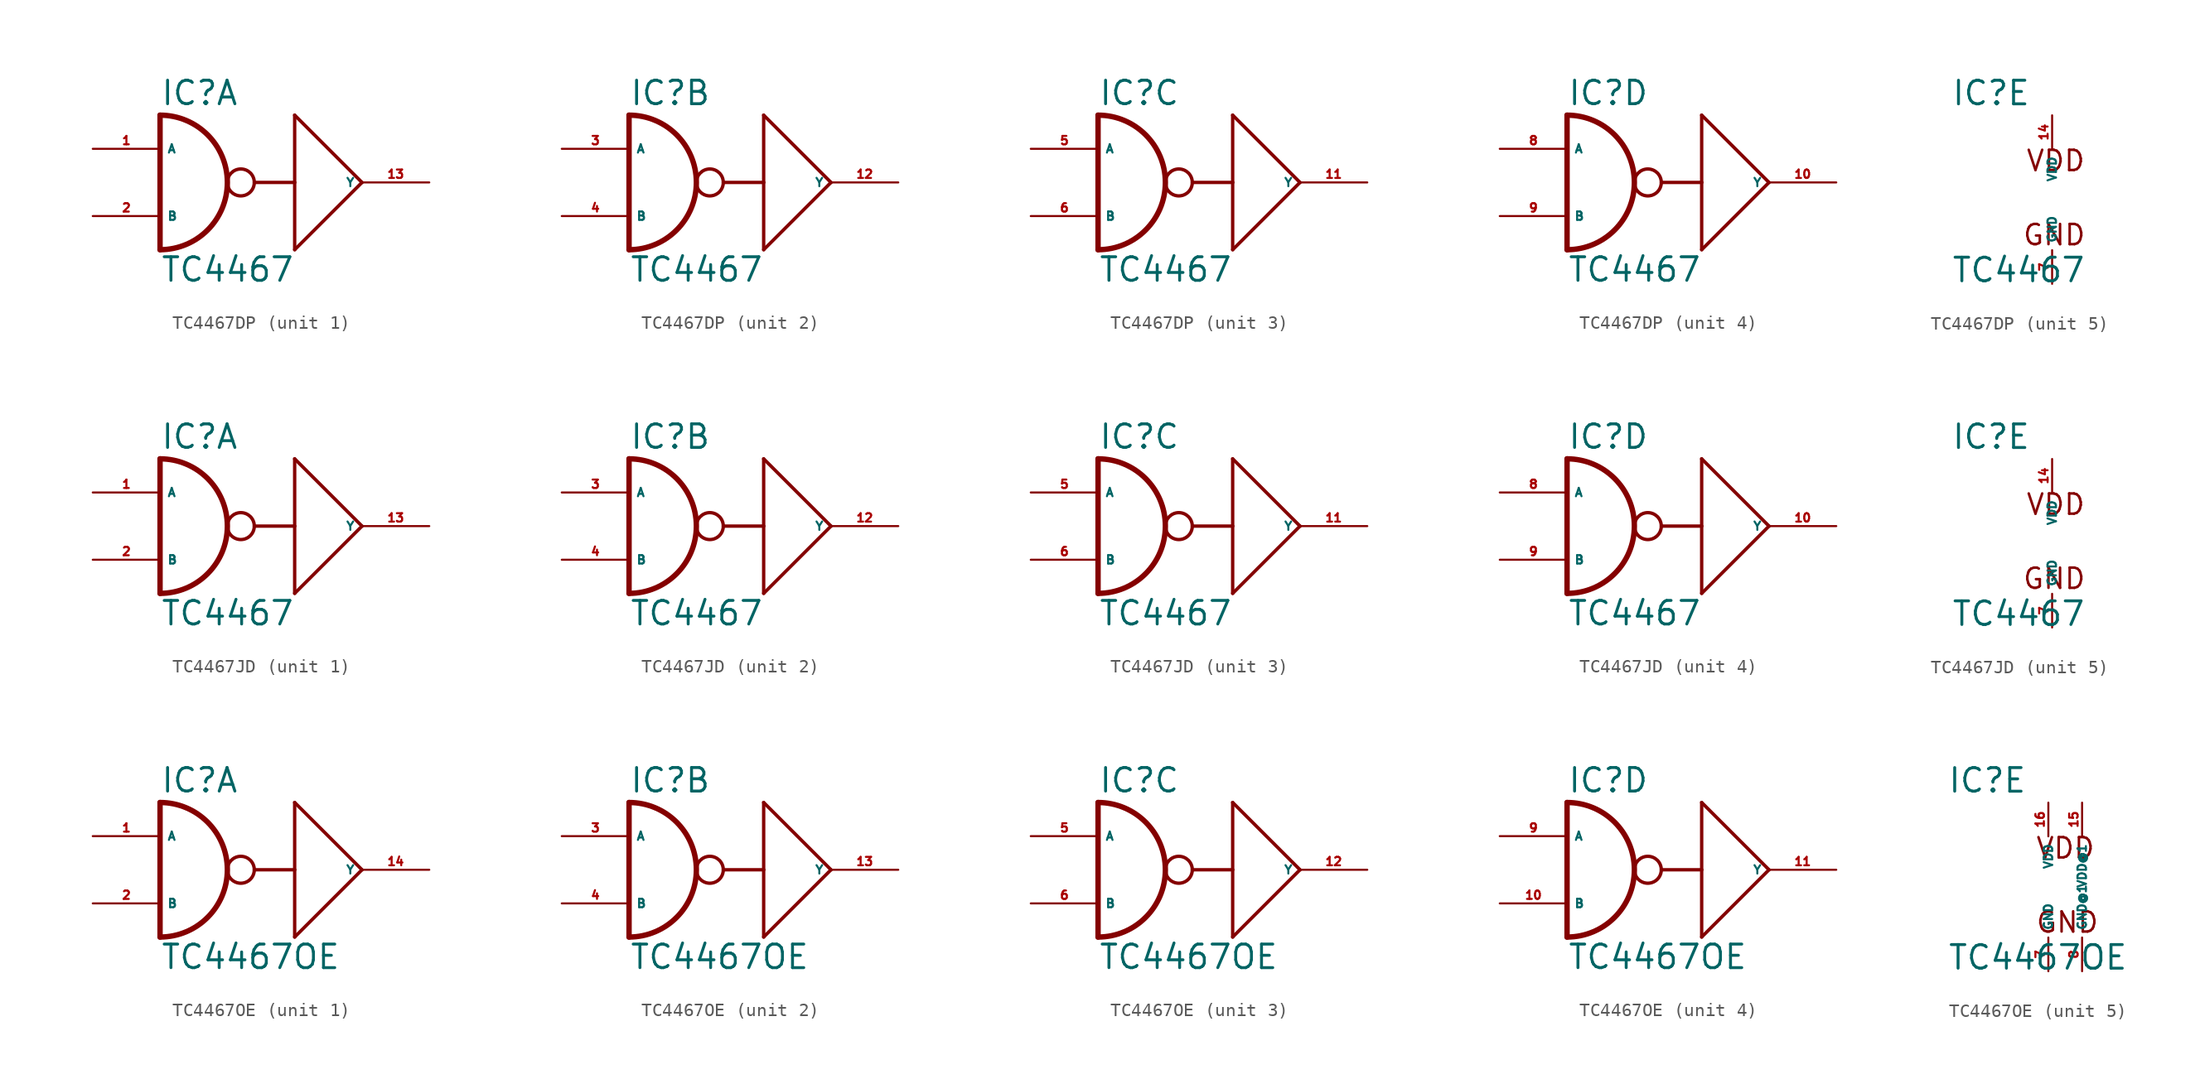
<source format=kicad_sym>
(kicad_symbol_lib
  (version 20220914)
  (generator Eagle2Kicad)
  (symbol "TC4467DP"
    (property "Reference" "IC"
      (at -7.62 5.715 0)
      (effects (font (size 1.778 1.778) (thickness 0.22)) (justify left bottom)))
    (property "Value" "TC4467"
      (at -7.62 -7.62 0)
      (effects (font (size 1.778 1.778) (thickness 0.22)) (justify left bottom)))
    (symbol "TC4467DP_1_0"
      (arc (start -7.62 -5.08) (mid -2.540 0.000) (end -7.62 5.08) (stroke (width 0.4064) (type default)) (fill (type none)))
      (polyline (pts (xy -7.62 5.08) (xy -7.62 -5.08)) (stroke (width 0.406) (type default)) (fill (type none)))
      (polyline (pts (xy 7.62 0) (xy 2.54 5.08)) (stroke (width 0.254) (type default)) (fill (type none)))
      (polyline (pts (xy 2.54 5.08) (xy 2.54 0)) (stroke (width 0.254) (type default)) (fill (type none)))
      (polyline (pts (xy 2.54 0) (xy 2.54 -5.08)) (stroke (width 0.254) (type default)) (fill (type none)))
      (polyline (pts (xy 2.54 -5.08) (xy 7.62 0)) (stroke (width 0.254) (type default)) (fill (type none)))
      (polyline (pts (xy -0.508 0) (xy 2.54 0)) (stroke (width 0.254) (type default)) (fill (type none)))
      (circle (center -1.524 0) (radius 1.016) (stroke (width 0.254) (type default)) (fill (type none)))
      (pin input line (at -12.7 2.54 0) (length 5.08) (name "A" (effects (font (size 0.635 0.635) (thickness 0.08)) (justify left bottom))) (number "1" (effects (font (size 0.635 0.635) (thickness 0.08)) (justify left bottom))))
      (pin input line (at -12.7 -2.54 0) (length 5.08) (name "B" (effects (font (size 0.635 0.635) (thickness 0.08)) (justify left bottom))) (number "2" (effects (font (size 0.635 0.635) (thickness 0.08)) (justify left bottom))))
      (pin output line (at 12.7 0 180) (length 5.08) (name "Y" (effects (font (size 0.635 0.635) (thickness 0.08)) (justify left bottom))) (number "13" (effects (font (size 0.635 0.635) (thickness 0.08)) (justify left bottom)))))
    (symbol "TC4467DP_2_0"
      (arc (start -7.62 -5.08) (mid -2.540 0.000) (end -7.62 5.08) (stroke (width 0.4064) (type default)) (fill (type none)))
      (polyline (pts (xy -7.62 5.08) (xy -7.62 -5.08)) (stroke (width 0.406) (type default)) (fill (type none)))
      (polyline (pts (xy 7.62 0) (xy 2.54 5.08)) (stroke (width 0.254) (type default)) (fill (type none)))
      (polyline (pts (xy 2.54 5.08) (xy 2.54 0)) (stroke (width 0.254) (type default)) (fill (type none)))
      (polyline (pts (xy 2.54 0) (xy 2.54 -5.08)) (stroke (width 0.254) (type default)) (fill (type none)))
      (polyline (pts (xy 2.54 -5.08) (xy 7.62 0)) (stroke (width 0.254) (type default)) (fill (type none)))
      (polyline (pts (xy -0.508 0) (xy 2.54 0)) (stroke (width 0.254) (type default)) (fill (type none)))
      (circle (center -1.524 0) (radius 1.016) (stroke (width 0.254) (type default)) (fill (type none)))
      (pin input line (at -12.7 2.54 0) (length 5.08) (name "A" (effects (font (size 0.635 0.635) (thickness 0.08)) (justify left bottom))) (number "3" (effects (font (size 0.635 0.635) (thickness 0.08)) (justify left bottom))))
      (pin input line (at -12.7 -2.54 0) (length 5.08) (name "B" (effects (font (size 0.635 0.635) (thickness 0.08)) (justify left bottom))) (number "4" (effects (font (size 0.635 0.635) (thickness 0.08)) (justify left bottom))))
      (pin output line (at 12.7 0 180) (length 5.08) (name "Y" (effects (font (size 0.635 0.635) (thickness 0.08)) (justify left bottom))) (number "12" (effects (font (size 0.635 0.635) (thickness 0.08)) (justify left bottom)))))
    (symbol "TC4467DP_3_0"
      (arc (start -7.62 -5.08) (mid -2.540 0.000) (end -7.62 5.08) (stroke (width 0.4064) (type default)) (fill (type none)))
      (polyline (pts (xy -7.62 5.08) (xy -7.62 -5.08)) (stroke (width 0.406) (type default)) (fill (type none)))
      (polyline (pts (xy 7.62 0) (xy 2.54 5.08)) (stroke (width 0.254) (type default)) (fill (type none)))
      (polyline (pts (xy 2.54 5.08) (xy 2.54 0)) (stroke (width 0.254) (type default)) (fill (type none)))
      (polyline (pts (xy 2.54 0) (xy 2.54 -5.08)) (stroke (width 0.254) (type default)) (fill (type none)))
      (polyline (pts (xy 2.54 -5.08) (xy 7.62 0)) (stroke (width 0.254) (type default)) (fill (type none)))
      (polyline (pts (xy -0.508 0) (xy 2.54 0)) (stroke (width 0.254) (type default)) (fill (type none)))
      (circle (center -1.524 0) (radius 1.016) (stroke (width 0.254) (type default)) (fill (type none)))
      (pin input line (at -12.7 2.54 0) (length 5.08) (name "A" (effects (font (size 0.635 0.635) (thickness 0.08)) (justify left bottom))) (number "5" (effects (font (size 0.635 0.635) (thickness 0.08)) (justify left bottom))))
      (pin input line (at -12.7 -2.54 0) (length 5.08) (name "B" (effects (font (size 0.635 0.635) (thickness 0.08)) (justify left bottom))) (number "6" (effects (font (size 0.635 0.635) (thickness 0.08)) (justify left bottom))))
      (pin output line (at 12.7 0 180) (length 5.08) (name "Y" (effects (font (size 0.635 0.635) (thickness 0.08)) (justify left bottom))) (number "11" (effects (font (size 0.635 0.635) (thickness 0.08)) (justify left bottom)))))
    (symbol "TC4467DP_4_0"
      (arc (start -7.62 -5.08) (mid -2.540 0.000) (end -7.62 5.08) (stroke (width 0.4064) (type default)) (fill (type none)))
      (polyline (pts (xy -7.62 5.08) (xy -7.62 -5.08)) (stroke (width 0.406) (type default)) (fill (type none)))
      (polyline (pts (xy 7.62 0) (xy 2.54 5.08)) (stroke (width 0.254) (type default)) (fill (type none)))
      (polyline (pts (xy 2.54 5.08) (xy 2.54 0)) (stroke (width 0.254) (type default)) (fill (type none)))
      (polyline (pts (xy 2.54 0) (xy 2.54 -5.08)) (stroke (width 0.254) (type default)) (fill (type none)))
      (polyline (pts (xy 2.54 -5.08) (xy 7.62 0)) (stroke (width 0.254) (type default)) (fill (type none)))
      (polyline (pts (xy -0.508 0) (xy 2.54 0)) (stroke (width 0.254) (type default)) (fill (type none)))
      (circle (center -1.524 0) (radius 1.016) (stroke (width 0.254) (type default)) (fill (type none)))
      (pin input line (at -12.7 2.54 0) (length 5.08) (name "A" (effects (font (size 0.635 0.635) (thickness 0.08)) (justify left bottom))) (number "8" (effects (font (size 0.635 0.635) (thickness 0.08)) (justify left bottom))))
      (pin input line (at -12.7 -2.54 0) (length 5.08) (name "B" (effects (font (size 0.635 0.635) (thickness 0.08)) (justify left bottom))) (number "9" (effects (font (size 0.635 0.635) (thickness 0.08)) (justify left bottom))))
      (pin output line (at 12.7 0 180) (length 5.08) (name "Y" (effects (font (size 0.635 0.635) (thickness 0.08)) (justify left bottom))) (number "10" (effects (font (size 0.635 0.635) (thickness 0.08)) (justify left bottom)))))
    (symbol "TC4467DP_5_0"
      (text "VDD" (at -2.032 0.762 0) (effects (font (size 1.524 1.524) (thickness 0.19)) (justify left bottom)))
      (text "GND" (at -2.286 -4.826 0) (effects (font (size 1.524 1.524) (thickness 0.19)) (justify left bottom)))
      (pin unspecified line (at 0 5.08 270) (length 2.54) (name "VDD" (effects (font (size 0.635 0.635) (thickness 0.08)) (justify left bottom))) (number "14" (effects (font (size 0.635 0.635) (thickness 0.08)) (justify left bottom))))
      (pin unspecified line (at 0 -7.62 90) (length 2.54) (name "GND" (effects (font (size 0.635 0.635) (thickness 0.08)) (justify left bottom))) (number "7" (effects (font (size 0.635 0.635) (thickness 0.08)) (justify left bottom))))))
  (symbol "TC4467JD"
    (property "Reference" "IC"
      (at -7.62 5.715 0)
      (effects (font (size 1.778 1.778) (thickness 0.22)) (justify left bottom)))
    (property "Value" "TC4467"
      (at -7.62 -7.62 0)
      (effects (font (size 1.778 1.778) (thickness 0.22)) (justify left bottom)))
    (symbol "TC4467JD_1_0"
      (arc (start -7.62 -5.08) (mid -2.540 0.000) (end -7.62 5.08) (stroke (width 0.4064) (type default)) (fill (type none)))
      (polyline (pts (xy -7.62 5.08) (xy -7.62 -5.08)) (stroke (width 0.406) (type default)) (fill (type none)))
      (polyline (pts (xy 7.62 0) (xy 2.54 5.08)) (stroke (width 0.254) (type default)) (fill (type none)))
      (polyline (pts (xy 2.54 5.08) (xy 2.54 0)) (stroke (width 0.254) (type default)) (fill (type none)))
      (polyline (pts (xy 2.54 0) (xy 2.54 -5.08)) (stroke (width 0.254) (type default)) (fill (type none)))
      (polyline (pts (xy 2.54 -5.08) (xy 7.62 0)) (stroke (width 0.254) (type default)) (fill (type none)))
      (polyline (pts (xy -0.508 0) (xy 2.54 0)) (stroke (width 0.254) (type default)) (fill (type none)))
      (circle (center -1.524 0) (radius 1.016) (stroke (width 0.254) (type default)) (fill (type none)))
      (pin input line (at -12.7 2.54 0) (length 5.08) (name "A" (effects (font (size 0.635 0.635) (thickness 0.08)) (justify left bottom))) (number "1" (effects (font (size 0.635 0.635) (thickness 0.08)) (justify left bottom))))
      (pin input line (at -12.7 -2.54 0) (length 5.08) (name "B" (effects (font (size 0.635 0.635) (thickness 0.08)) (justify left bottom))) (number "2" (effects (font (size 0.635 0.635) (thickness 0.08)) (justify left bottom))))
      (pin output line (at 12.7 0 180) (length 5.08) (name "Y" (effects (font (size 0.635 0.635) (thickness 0.08)) (justify left bottom))) (number "13" (effects (font (size 0.635 0.635) (thickness 0.08)) (justify left bottom)))))
    (symbol "TC4467JD_2_0"
      (arc (start -7.62 -5.08) (mid -2.540 0.000) (end -7.62 5.08) (stroke (width 0.4064) (type default)) (fill (type none)))
      (polyline (pts (xy -7.62 5.08) (xy -7.62 -5.08)) (stroke (width 0.406) (type default)) (fill (type none)))
      (polyline (pts (xy 7.62 0) (xy 2.54 5.08)) (stroke (width 0.254) (type default)) (fill (type none)))
      (polyline (pts (xy 2.54 5.08) (xy 2.54 0)) (stroke (width 0.254) (type default)) (fill (type none)))
      (polyline (pts (xy 2.54 0) (xy 2.54 -5.08)) (stroke (width 0.254) (type default)) (fill (type none)))
      (polyline (pts (xy 2.54 -5.08) (xy 7.62 0)) (stroke (width 0.254) (type default)) (fill (type none)))
      (polyline (pts (xy -0.508 0) (xy 2.54 0)) (stroke (width 0.254) (type default)) (fill (type none)))
      (circle (center -1.524 0) (radius 1.016) (stroke (width 0.254) (type default)) (fill (type none)))
      (pin input line (at -12.7 2.54 0) (length 5.08) (name "A" (effects (font (size 0.635 0.635) (thickness 0.08)) (justify left bottom))) (number "3" (effects (font (size 0.635 0.635) (thickness 0.08)) (justify left bottom))))
      (pin input line (at -12.7 -2.54 0) (length 5.08) (name "B" (effects (font (size 0.635 0.635) (thickness 0.08)) (justify left bottom))) (number "4" (effects (font (size 0.635 0.635) (thickness 0.08)) (justify left bottom))))
      (pin output line (at 12.7 0 180) (length 5.08) (name "Y" (effects (font (size 0.635 0.635) (thickness 0.08)) (justify left bottom))) (number "12" (effects (font (size 0.635 0.635) (thickness 0.08)) (justify left bottom)))))
    (symbol "TC4467JD_3_0"
      (arc (start -7.62 -5.08) (mid -2.540 0.000) (end -7.62 5.08) (stroke (width 0.4064) (type default)) (fill (type none)))
      (polyline (pts (xy -7.62 5.08) (xy -7.62 -5.08)) (stroke (width 0.406) (type default)) (fill (type none)))
      (polyline (pts (xy 7.62 0) (xy 2.54 5.08)) (stroke (width 0.254) (type default)) (fill (type none)))
      (polyline (pts (xy 2.54 5.08) (xy 2.54 0)) (stroke (width 0.254) (type default)) (fill (type none)))
      (polyline (pts (xy 2.54 0) (xy 2.54 -5.08)) (stroke (width 0.254) (type default)) (fill (type none)))
      (polyline (pts (xy 2.54 -5.08) (xy 7.62 0)) (stroke (width 0.254) (type default)) (fill (type none)))
      (polyline (pts (xy -0.508 0) (xy 2.54 0)) (stroke (width 0.254) (type default)) (fill (type none)))
      (circle (center -1.524 0) (radius 1.016) (stroke (width 0.254) (type default)) (fill (type none)))
      (pin input line (at -12.7 2.54 0) (length 5.08) (name "A" (effects (font (size 0.635 0.635) (thickness 0.08)) (justify left bottom))) (number "5" (effects (font (size 0.635 0.635) (thickness 0.08)) (justify left bottom))))
      (pin input line (at -12.7 -2.54 0) (length 5.08) (name "B" (effects (font (size 0.635 0.635) (thickness 0.08)) (justify left bottom))) (number "6" (effects (font (size 0.635 0.635) (thickness 0.08)) (justify left bottom))))
      (pin output line (at 12.7 0 180) (length 5.08) (name "Y" (effects (font (size 0.635 0.635) (thickness 0.08)) (justify left bottom))) (number "11" (effects (font (size 0.635 0.635) (thickness 0.08)) (justify left bottom)))))
    (symbol "TC4467JD_4_0"
      (arc (start -7.62 -5.08) (mid -2.540 0.000) (end -7.62 5.08) (stroke (width 0.4064) (type default)) (fill (type none)))
      (polyline (pts (xy -7.62 5.08) (xy -7.62 -5.08)) (stroke (width 0.406) (type default)) (fill (type none)))
      (polyline (pts (xy 7.62 0) (xy 2.54 5.08)) (stroke (width 0.254) (type default)) (fill (type none)))
      (polyline (pts (xy 2.54 5.08) (xy 2.54 0)) (stroke (width 0.254) (type default)) (fill (type none)))
      (polyline (pts (xy 2.54 0) (xy 2.54 -5.08)) (stroke (width 0.254) (type default)) (fill (type none)))
      (polyline (pts (xy 2.54 -5.08) (xy 7.62 0)) (stroke (width 0.254) (type default)) (fill (type none)))
      (polyline (pts (xy -0.508 0) (xy 2.54 0)) (stroke (width 0.254) (type default)) (fill (type none)))
      (circle (center -1.524 0) (radius 1.016) (stroke (width 0.254) (type default)) (fill (type none)))
      (pin input line (at -12.7 2.54 0) (length 5.08) (name "A" (effects (font (size 0.635 0.635) (thickness 0.08)) (justify left bottom))) (number "8" (effects (font (size 0.635 0.635) (thickness 0.08)) (justify left bottom))))
      (pin input line (at -12.7 -2.54 0) (length 5.08) (name "B" (effects (font (size 0.635 0.635) (thickness 0.08)) (justify left bottom))) (number "9" (effects (font (size 0.635 0.635) (thickness 0.08)) (justify left bottom))))
      (pin output line (at 12.7 0 180) (length 5.08) (name "Y" (effects (font (size 0.635 0.635) (thickness 0.08)) (justify left bottom))) (number "10" (effects (font (size 0.635 0.635) (thickness 0.08)) (justify left bottom)))))
    (symbol "TC4467JD_5_0"
      (text "VDD" (at -2.032 0.762 0) (effects (font (size 1.524 1.524) (thickness 0.19)) (justify left bottom)))
      (text "GND" (at -2.286 -4.826 0) (effects (font (size 1.524 1.524) (thickness 0.19)) (justify left bottom)))
      (pin unspecified line (at 0 5.08 270) (length 2.54) (name "VDD" (effects (font (size 0.635 0.635) (thickness 0.08)) (justify left bottom))) (number "14" (effects (font (size 0.635 0.635) (thickness 0.08)) (justify left bottom))))
      (pin unspecified line (at 0 -7.62 90) (length 2.54) (name "GND" (effects (font (size 0.635 0.635) (thickness 0.08)) (justify left bottom))) (number "7" (effects (font (size 0.635 0.635) (thickness 0.08)) (justify left bottom))))))
  (symbol "TC4467OE"
    (property "Reference" "IC"
      (at -7.62 5.715 0)
      (effects (font (size 1.778 1.778) (thickness 0.22)) (justify left bottom)))
    (property "Value" "TC4467OE"
      (at -7.62 -7.62 0)
      (effects (font (size 1.778 1.778) (thickness 0.22)) (justify left bottom)))
    (symbol "TC4467OE_1_0"
      (arc (start -7.62 -5.08) (mid -2.540 0.000) (end -7.62 5.08) (stroke (width 0.4064) (type default)) (fill (type none)))
      (polyline (pts (xy -7.62 5.08) (xy -7.62 -5.08)) (stroke (width 0.406) (type default)) (fill (type none)))
      (polyline (pts (xy 7.62 0) (xy 2.54 5.08)) (stroke (width 0.254) (type default)) (fill (type none)))
      (polyline (pts (xy 2.54 5.08) (xy 2.54 0)) (stroke (width 0.254) (type default)) (fill (type none)))
      (polyline (pts (xy 2.54 0) (xy 2.54 -5.08)) (stroke (width 0.254) (type default)) (fill (type none)))
      (polyline (pts (xy 2.54 -5.08) (xy 7.62 0)) (stroke (width 0.254) (type default)) (fill (type none)))
      (polyline (pts (xy -0.508 0) (xy 2.54 0)) (stroke (width 0.254) (type default)) (fill (type none)))
      (circle (center -1.524 0) (radius 1.016) (stroke (width 0.254) (type default)) (fill (type none)))
      (pin input line (at -12.7 2.54 0) (length 5.08) (name "A" (effects (font (size 0.635 0.635) (thickness 0.08)) (justify left bottom))) (number "1" (effects (font (size 0.635 0.635) (thickness 0.08)) (justify left bottom))))
      (pin input line (at -12.7 -2.54 0) (length 5.08) (name "B" (effects (font (size 0.635 0.635) (thickness 0.08)) (justify left bottom))) (number "2" (effects (font (size 0.635 0.635) (thickness 0.08)) (justify left bottom))))
      (pin output line (at 12.7 0 180) (length 5.08) (name "Y" (effects (font (size 0.635 0.635) (thickness 0.08)) (justify left bottom))) (number "14" (effects (font (size 0.635 0.635) (thickness 0.08)) (justify left bottom)))))
    (symbol "TC4467OE_2_0"
      (arc (start -7.62 -5.08) (mid -2.540 0.000) (end -7.62 5.08) (stroke (width 0.4064) (type default)) (fill (type none)))
      (polyline (pts (xy -7.62 5.08) (xy -7.62 -5.08)) (stroke (width 0.406) (type default)) (fill (type none)))
      (polyline (pts (xy 7.62 0) (xy 2.54 5.08)) (stroke (width 0.254) (type default)) (fill (type none)))
      (polyline (pts (xy 2.54 5.08) (xy 2.54 0)) (stroke (width 0.254) (type default)) (fill (type none)))
      (polyline (pts (xy 2.54 0) (xy 2.54 -5.08)) (stroke (width 0.254) (type default)) (fill (type none)))
      (polyline (pts (xy 2.54 -5.08) (xy 7.62 0)) (stroke (width 0.254) (type default)) (fill (type none)))
      (polyline (pts (xy -0.508 0) (xy 2.54 0)) (stroke (width 0.254) (type default)) (fill (type none)))
      (circle (center -1.524 0) (radius 1.016) (stroke (width 0.254) (type default)) (fill (type none)))
      (pin input line (at -12.7 2.54 0) (length 5.08) (name "A" (effects (font (size 0.635 0.635) (thickness 0.08)) (justify left bottom))) (number "3" (effects (font (size 0.635 0.635) (thickness 0.08)) (justify left bottom))))
      (pin input line (at -12.7 -2.54 0) (length 5.08) (name "B" (effects (font (size 0.635 0.635) (thickness 0.08)) (justify left bottom))) (number "4" (effects (font (size 0.635 0.635) (thickness 0.08)) (justify left bottom))))
      (pin output line (at 12.7 0 180) (length 5.08) (name "Y" (effects (font (size 0.635 0.635) (thickness 0.08)) (justify left bottom))) (number "13" (effects (font (size 0.635 0.635) (thickness 0.08)) (justify left bottom)))))
    (symbol "TC4467OE_3_0"
      (arc (start -7.62 -5.08) (mid -2.540 0.000) (end -7.62 5.08) (stroke (width 0.4064) (type default)) (fill (type none)))
      (polyline (pts (xy -7.62 5.08) (xy -7.62 -5.08)) (stroke (width 0.406) (type default)) (fill (type none)))
      (polyline (pts (xy 7.62 0) (xy 2.54 5.08)) (stroke (width 0.254) (type default)) (fill (type none)))
      (polyline (pts (xy 2.54 5.08) (xy 2.54 0)) (stroke (width 0.254) (type default)) (fill (type none)))
      (polyline (pts (xy 2.54 0) (xy 2.54 -5.08)) (stroke (width 0.254) (type default)) (fill (type none)))
      (polyline (pts (xy 2.54 -5.08) (xy 7.62 0)) (stroke (width 0.254) (type default)) (fill (type none)))
      (polyline (pts (xy -0.508 0) (xy 2.54 0)) (stroke (width 0.254) (type default)) (fill (type none)))
      (circle (center -1.524 0) (radius 1.016) (stroke (width 0.254) (type default)) (fill (type none)))
      (pin input line (at -12.7 2.54 0) (length 5.08) (name "A" (effects (font (size 0.635 0.635) (thickness 0.08)) (justify left bottom))) (number "5" (effects (font (size 0.635 0.635) (thickness 0.08)) (justify left bottom))))
      (pin input line (at -12.7 -2.54 0) (length 5.08) (name "B" (effects (font (size 0.635 0.635) (thickness 0.08)) (justify left bottom))) (number "6" (effects (font (size 0.635 0.635) (thickness 0.08)) (justify left bottom))))
      (pin output line (at 12.7 0 180) (length 5.08) (name "Y" (effects (font (size 0.635 0.635) (thickness 0.08)) (justify left bottom))) (number "12" (effects (font (size 0.635 0.635) (thickness 0.08)) (justify left bottom)))))
    (symbol "TC4467OE_4_0"
      (arc (start -7.62 -5.08) (mid -2.540 0.000) (end -7.62 5.08) (stroke (width 0.4064) (type default)) (fill (type none)))
      (polyline (pts (xy -7.62 5.08) (xy -7.62 -5.08)) (stroke (width 0.406) (type default)) (fill (type none)))
      (polyline (pts (xy 7.62 0) (xy 2.54 5.08)) (stroke (width 0.254) (type default)) (fill (type none)))
      (polyline (pts (xy 2.54 5.08) (xy 2.54 0)) (stroke (width 0.254) (type default)) (fill (type none)))
      (polyline (pts (xy 2.54 0) (xy 2.54 -5.08)) (stroke (width 0.254) (type default)) (fill (type none)))
      (polyline (pts (xy 2.54 -5.08) (xy 7.62 0)) (stroke (width 0.254) (type default)) (fill (type none)))
      (polyline (pts (xy -0.508 0) (xy 2.54 0)) (stroke (width 0.254) (type default)) (fill (type none)))
      (circle (center -1.524 0) (radius 1.016) (stroke (width 0.254) (type default)) (fill (type none)))
      (pin input line (at -12.7 2.54 0) (length 5.08) (name "A" (effects (font (size 0.635 0.635) (thickness 0.08)) (justify left bottom))) (number "9" (effects (font (size 0.635 0.635) (thickness 0.08)) (justify left bottom))))
      (pin input line (at -12.7 -2.54 0) (length 5.08) (name "B" (effects (font (size 0.635 0.635) (thickness 0.08)) (justify left bottom))) (number "10" (effects (font (size 0.635 0.635) (thickness 0.08)) (justify left bottom))))
      (pin output line (at 12.7 0 180) (length 5.08) (name "Y" (effects (font (size 0.635 0.635) (thickness 0.08)) (justify left bottom))) (number "11" (effects (font (size 0.635 0.635) (thickness 0.08)) (justify left bottom)))))
    (symbol "TC4467OE_5_0"
      (text "VDD" (at -1.016 0.762 0) (effects (font (size 1.524 1.524) (thickness 0.19)) (justify left bottom)))
      (text "GND" (at -1.016 -4.826 0) (effects (font (size 1.524 1.524) (thickness 0.19)) (justify left bottom)))
      (pin unspecified line (at 0 5.08 270) (length 2.54) (name "VDD" (effects (font (size 0.635 0.635) (thickness 0.08)) (justify left bottom))) (number "16" (effects (font (size 0.635 0.635) (thickness 0.08)) (justify left bottom))))
      (pin unspecified line (at 0 -7.62 90) (length 2.54) (name "GND" (effects (font (size 0.635 0.635) (thickness 0.08)) (justify left bottom))) (number "7" (effects (font (size 0.635 0.635) (thickness 0.08)) (justify left bottom))))
      (pin unspecified line (at 2.54 5.08 270) (length 2.54) (name "VDD@1" (effects (font (size 0.635 0.635) (thickness 0.08)) (justify left bottom))) (number "15" (effects (font (size 0.635 0.635) (thickness 0.08)) (justify left bottom))))
      (pin unspecified line (at 2.54 -7.62 90) (length 2.54) (name "GND@1" (effects (font (size 0.635 0.635) (thickness 0.08)) (justify left bottom))) (number "8" (effects (font (size 0.635 0.635) (thickness 0.08)) (justify left bottom)))))))
</source>
